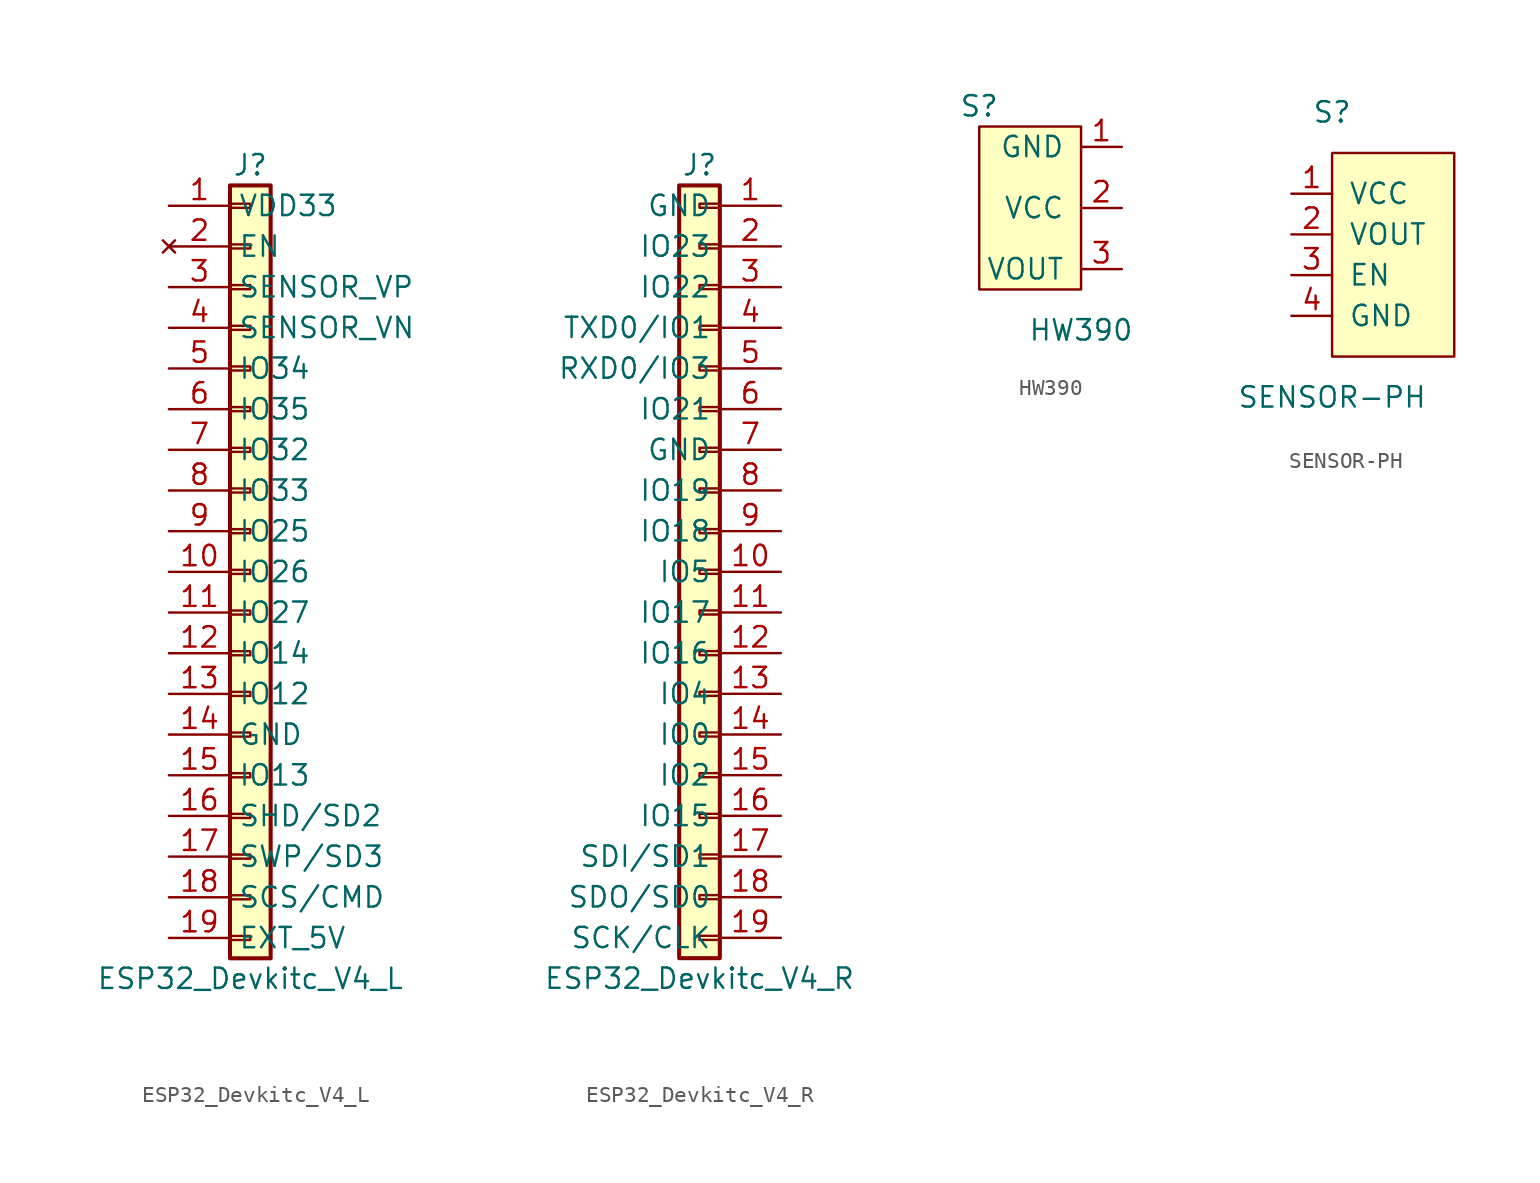
<source format=kicad_sym>
(kicad_symbol_lib
  (version 20211014)
  (generator kicad_symbol_editor)
  (symbol "ESP32_Devkitc_V4_L"
    (property "Reference" "J"
      (at 0 25.4 0)
      (effects (font (size 1.27 1.27))))
    (property "Value" "ESP32_Devkitc_V4_L"
      (at 0 -25.4 0)
      (effects (font (size 1.27 1.27))))
    (symbol "ESP32_Devkitc_V4_L_1_1"
      (rectangle (start -1.27 -22.733) (end 0 -22.987) (stroke (width 0.152) (type default) (color 0 0 0 0)) (fill (type none)))
      (rectangle (start -1.27 -20.193) (end 0 -20.447) (stroke (width 0.152) (type default) (color 0 0 0 0)) (fill (type none)))
      (rectangle (start -1.27 -17.653) (end 0 -17.907) (stroke (width 0.152) (type default) (color 0 0 0 0)) (fill (type none)))
      (rectangle (start -1.27 -15.113) (end 0 -15.367) (stroke (width 0.152) (type default) (color 0 0 0 0)) (fill (type none)))
      (rectangle (start -1.27 -12.573) (end 0 -12.827) (stroke (width 0.152) (type default) (color 0 0 0 0)) (fill (type none)))
      (rectangle (start -1.27 -10.033) (end 0 -10.287) (stroke (width 0.152) (type default) (color 0 0 0 0)) (fill (type none)))
      (rectangle (start -1.27 -7.493) (end 0 -7.747) (stroke (width 0.152) (type default) (color 0 0 0 0)) (fill (type none)))
      (rectangle (start -1.27 -4.953) (end 0 -5.207) (stroke (width 0.152) (type default) (color 0 0 0 0)) (fill (type none)))
      (rectangle (start -1.27 -2.413) (end 0 -2.667) (stroke (width 0.152) (type default) (color 0 0 0 0)) (fill (type none)))
      (rectangle (start -1.27 0.127) (end 0 -0.127) (stroke (width 0.152) (type default) (color 0 0 0 0)) (fill (type none)))
      (rectangle (start -1.27 2.667) (end 0 2.413) (stroke (width 0.152) (type default) (color 0 0 0 0)) (fill (type none)))
      (rectangle (start -1.27 5.207) (end 0 4.953) (stroke (width 0.152) (type default) (color 0 0 0 0)) (fill (type none)))
      (rectangle (start -1.27 7.747) (end 0 7.493) (stroke (width 0.152) (type default) (color 0 0 0 0)) (fill (type none)))
      (rectangle (start -1.27 10.287) (end 0 10.033) (stroke (width 0.152) (type default) (color 0 0 0 0)) (fill (type none)))
      (rectangle (start -1.27 12.827) (end 0 12.573) (stroke (width 0.152) (type default) (color 0 0 0 0)) (fill (type none)))
      (rectangle (start -1.27 15.367) (end 0 15.113) (stroke (width 0.152) (type default) (color 0 0 0 0)) (fill (type none)))
      (rectangle (start -1.27 17.907) (end 0 17.653) (stroke (width 0.152) (type default) (color 0 0 0 0)) (fill (type none)))
      (rectangle (start -1.27 20.447) (end 0 20.193) (stroke (width 0.152) (type default) (color 0 0 0 0)) (fill (type none)))
      (rectangle (start -1.27 22.987) (end 0 22.733) (stroke (width 0.152) (type default) (color 0 0 0 0)) (fill (type none)))
      (rectangle (start -1.27 24.13) (end 1.27 -24.13) (stroke (width 0.254) (type default) (color 0 0 0 0)) (fill (type background)))
      (pin power_in line (at -5.08 22.86 0) (length 3.81) (name "VDD33" (effects (font (size 1.27 1.27)))) (number "1" (effects (font (size 1.27 1.27)))))
      (pin bidirectional line (at -5.08 0 0) (length 3.81) (name "IO26" (effects (font (size 1.27 1.27)))) (number "10" (effects (font (size 1.27 1.27)))))
      (pin bidirectional line (at -5.08 -2.54 0) (length 3.81) (name "IO27" (effects (font (size 1.27 1.27)))) (number "11" (effects (font (size 1.27 1.27)))))
      (pin bidirectional line (at -5.08 -5.08 0) (length 3.81) (name "IO14" (effects (font (size 1.27 1.27)))) (number "12" (effects (font (size 1.27 1.27)))))
      (pin bidirectional line (at -5.08 -7.62 0) (length 3.81) (name "IO12" (effects (font (size 1.27 1.27)))) (number "13" (effects (font (size 1.27 1.27)))))
      (pin power_in line (at -5.08 -10.16 0) (length 3.81) (name "GND" (effects (font (size 1.27 1.27)))) (number "14" (effects (font (size 1.27 1.27)))))
      (pin bidirectional line (at -5.08 -12.7 0) (length 3.81) (name "IO13" (effects (font (size 1.27 1.27)))) (number "15" (effects (font (size 1.27 1.27)))))
      (pin bidirectional line (at -5.08 -15.24 0) (length 3.81) (name "SHD/SD2" (effects (font (size 1.27 1.27)))) (number "16" (effects (font (size 1.27 1.27)))))
      (pin bidirectional line (at -5.08 -17.78 0) (length 3.81) (name "SWP/SD3" (effects (font (size 1.27 1.27)))) (number "17" (effects (font (size 1.27 1.27)))))
      (pin bidirectional line (at -5.08 -20.32 0) (length 3.81) (name "SCS/CMD" (effects (font (size 1.27 1.27)))) (number "18" (effects (font (size 1.27 1.27)))))
      (pin power_in line (at -5.08 -22.86 0) (length 3.81) (name "EXT_5V" (effects (font (size 1.27 1.27)))) (number "19" (effects (font (size 1.27 1.27)))))
      (pin no_connect line (at -5.08 20.32 0) (length 3.81) (name "EN" (effects (font (size 1.27 1.27)))) (number "2" (effects (font (size 1.27 1.27)))))
      (pin input line (at -5.08 17.78 0) (length 3.81) (name "SENSOR_VP" (effects (font (size 1.27 1.27)))) (number "3" (effects (font (size 1.27 1.27)))))
      (pin input line (at -5.08 15.24 0) (length 3.81) (name "SENSOR_VN" (effects (font (size 1.27 1.27)))) (number "4" (effects (font (size 1.27 1.27)))))
      (pin input line (at -5.08 12.7 0) (length 3.81) (name "IO34" (effects (font (size 1.27 1.27)))) (number "5" (effects (font (size 1.27 1.27)))))
      (pin input line (at -5.08 10.16 0) (length 3.81) (name "IO35" (effects (font (size 1.27 1.27)))) (number "6" (effects (font (size 1.27 1.27)))))
      (pin bidirectional line (at -5.08 7.62 0) (length 3.81) (name "IO32" (effects (font (size 1.27 1.27)))) (number "7" (effects (font (size 1.27 1.27)))))
      (pin bidirectional line (at -5.08 5.08 0) (length 3.81) (name "IO33" (effects (font (size 1.27 1.27)))) (number "8" (effects (font (size 1.27 1.27)))))
      (pin bidirectional line (at -5.08 2.54 0) (length 3.81) (name "IO25" (effects (font (size 1.27 1.27)))) (number "9" (effects (font (size 1.27 1.27)))))))
  (symbol "ESP32_Devkitc_V4_R"
    (property "Reference" "J"
      (at 0 25.4 0)
      (effects (font (size 1.27 1.27))))
    (property "Value" "ESP32_Devkitc_V4_R"
      (at 0 -25.4 0)
      (effects (font (size 1.27 1.27))))
    (symbol "ESP32_Devkitc_V4_R_1_1"
      (rectangle (start 1.27 -22.733) (end 0 -22.987) (stroke (width 0.152) (type default) (color 0 0 0 0)) (fill (type none)))
      (rectangle (start 1.27 -20.193) (end 0 -20.447) (stroke (width 0.152) (type default) (color 0 0 0 0)) (fill (type none)))
      (rectangle (start 1.27 -17.653) (end 0 -17.907) (stroke (width 0.152) (type default) (color 0 0 0 0)) (fill (type none)))
      (rectangle (start 1.27 -15.113) (end 0 -15.367) (stroke (width 0.152) (type default) (color 0 0 0 0)) (fill (type none)))
      (rectangle (start 1.27 -12.573) (end 0 -12.827) (stroke (width 0.152) (type default) (color 0 0 0 0)) (fill (type none)))
      (rectangle (start 1.27 -10.033) (end 0 -10.287) (stroke (width 0.152) (type default) (color 0 0 0 0)) (fill (type none)))
      (rectangle (start 1.27 -7.493) (end 0 -7.747) (stroke (width 0.152) (type default) (color 0 0 0 0)) (fill (type none)))
      (rectangle (start 1.27 -4.953) (end 0 -5.207) (stroke (width 0.152) (type default) (color 0 0 0 0)) (fill (type none)))
      (rectangle (start 1.27 -2.413) (end 0 -2.667) (stroke (width 0.152) (type default) (color 0 0 0 0)) (fill (type none)))
      (rectangle (start 1.27 0.127) (end 0 -0.127) (stroke (width 0.152) (type default) (color 0 0 0 0)) (fill (type none)))
      (rectangle (start 1.27 2.667) (end 0 2.413) (stroke (width 0.152) (type default) (color 0 0 0 0)) (fill (type none)))
      (rectangle (start 1.27 5.207) (end 0 4.953) (stroke (width 0.152) (type default) (color 0 0 0 0)) (fill (type none)))
      (rectangle (start 1.27 7.747) (end 0 7.493) (stroke (width 0.152) (type default) (color 0 0 0 0)) (fill (type none)))
      (rectangle (start 1.27 10.287) (end 0 10.033) (stroke (width 0.152) (type default) (color 0 0 0 0)) (fill (type none)))
      (rectangle (start 1.27 12.827) (end 0 12.573) (stroke (width 0.152) (type default) (color 0 0 0 0)) (fill (type none)))
      (rectangle (start 1.27 15.367) (end 0 15.113) (stroke (width 0.152) (type default) (color 0 0 0 0)) (fill (type none)))
      (rectangle (start 1.27 17.907) (end 0 17.653) (stroke (width 0.152) (type default) (color 0 0 0 0)) (fill (type none)))
      (rectangle (start 1.27 20.447) (end 0 20.193) (stroke (width 0.152) (type default) (color 0 0 0 0)) (fill (type none)))
      (rectangle (start 1.27 22.987) (end 0 22.733) (stroke (width 0.152) (type default) (color 0 0 0 0)) (fill (type none)))
      (rectangle (start 1.27 24.13) (end -1.27 -24.13) (stroke (width 0.254) (type default) (color 0 0 0 0)) (fill (type background)))
      (pin power_in line (at 5.08 22.86 180) (length 3.81) (name "GND" (effects (font (size 1.27 1.27)))) (number "1" (effects (font (size 1.27 1.27)))))
      (pin bidirectional line (at 5.08 0 180) (length 3.81) (name "IO5" (effects (font (size 1.27 1.27)))) (number "10" (effects (font (size 1.27 1.27)))))
      (pin bidirectional line (at 5.08 -2.54 180) (length 3.81) (name "IO17" (effects (font (size 1.27 1.27)))) (number "11" (effects (font (size 1.27 1.27)))))
      (pin bidirectional line (at 5.08 -5.08 180) (length 3.81) (name "IO16" (effects (font (size 1.27 1.27)))) (number "12" (effects (font (size 1.27 1.27)))))
      (pin bidirectional line (at 5.08 -7.62 180) (length 3.81) (name "IO4" (effects (font (size 1.27 1.27)))) (number "13" (effects (font (size 1.27 1.27)))))
      (pin bidirectional line (at 5.08 -10.16 180) (length 3.81) (name "IO0" (effects (font (size 1.27 1.27)))) (number "14" (effects (font (size 1.27 1.27)))))
      (pin bidirectional line (at 5.08 -12.7 180) (length 3.81) (name "IO2" (effects (font (size 1.27 1.27)))) (number "15" (effects (font (size 1.27 1.27)))))
      (pin bidirectional line (at 5.08 -15.24 180) (length 3.81) (name "IO15" (effects (font (size 1.27 1.27)))) (number "16" (effects (font (size 1.27 1.27)))))
      (pin bidirectional line (at 5.08 -17.78 180) (length 3.81) (name "SDI/SD1" (effects (font (size 1.27 1.27)))) (number "17" (effects (font (size 1.27 1.27)))))
      (pin bidirectional line (at 5.08 -20.32 180) (length 3.81) (name "SDO/SD0" (effects (font (size 1.27 1.27)))) (number "18" (effects (font (size 1.27 1.27)))))
      (pin bidirectional line (at 5.08 -22.86 180) (length 3.81) (name "SCK/CLK" (effects (font (size 1.27 1.27)))) (number "19" (effects (font (size 1.27 1.27)))))
      (pin bidirectional line (at 5.08 20.32 180) (length 3.81) (name "IO23" (effects (font (size 1.27 1.27)))) (number "2" (effects (font (size 1.27 1.27)))))
      (pin bidirectional line (at 5.08 17.78 180) (length 3.81) (name "IO22" (effects (font (size 1.27 1.27)))) (number "3" (effects (font (size 1.27 1.27)))))
      (pin bidirectional line (at 5.08 15.24 180) (length 3.81) (name "TXD0/IO1" (effects (font (size 1.27 1.27)))) (number "4" (effects (font (size 1.27 1.27)))))
      (pin bidirectional line (at 5.08 12.7 180) (length 3.81) (name "RXD0/IO3" (effects (font (size 1.27 1.27)))) (number "5" (effects (font (size 1.27 1.27)))))
      (pin bidirectional line (at 5.08 10.16 180) (length 3.81) (name "IO21" (effects (font (size 1.27 1.27)))) (number "6" (effects (font (size 1.27 1.27)))))
      (pin power_in line (at 5.08 7.62 180) (length 3.81) (name "GND" (effects (font (size 1.27 1.27)))) (number "7" (effects (font (size 1.27 1.27)))))
      (pin bidirectional line (at 5.08 5.08 180) (length 3.81) (name "IO19" (effects (font (size 1.27 1.27)))) (number "8" (effects (font (size 1.27 1.27)))))
      (pin bidirectional line (at 5.08 2.54 180) (length 3.81) (name "IO18" (effects (font (size 1.27 1.27)))) (number "9" (effects (font (size 1.27 1.27)))))))
  (symbol "HW390"
    (pin_names
      (offset 1.016))
    (property "Reference" "S"
      (at -6.35 6.35 0)
      (effects (font (size 1.27 1.27))))
    (property "Value" "HW390"
      (at 0 -7.62 0)
      (effects (font (size 1.27 1.27))))
    (symbol "HW390_0_1"
      (rectangle (start -6.35 5.08) (end 0 -5.08) (stroke (width 0) (type default) (color 0 0 0 0)) (fill (type background))))
    (symbol "HW390_1_1"
      (pin power_in line (at 2.54 3.81 180) (length 2.54) (name "GND" (effects (font (size 1.27 1.27)))) (number "1" (effects (font (size 1.27 1.27)))))
      (pin power_in line (at 2.54 0 180) (length 2.54) (name "VCC" (effects (font (size 1.27 1.27)))) (number "2" (effects (font (size 1.27 1.27)))))
      (pin output line (at 2.54 -3.81 180) (length 2.54) (name "VOUT" (effects (font (size 1.27 1.27)))) (number "3" (effects (font (size 1.27 1.27)))))))
  (symbol "SENSOR-PH"
    (pin_names
      (offset 1.016))
    (property "Reference" "S"
      (at 0 8.89 0)
      (effects (font (size 1.27 1.27))))
    (property "Value" "SENSOR-PH"
      (at 0 -8.89 0)
      (effects (font (size 1.27 1.27))))
    (symbol "SENSOR-PH_0_1"
      (rectangle (start 0 6.35) (end 7.62 -6.35) (stroke (width 0) (type default) (color 0 0 0 0)) (fill (type background))))
    (symbol "SENSOR-PH_1_1"
      (pin power_in line (at -2.54 3.81 0) (length 2.54) (name "VCC" (effects (font (size 1.27 1.27)))) (number "1" (effects (font (size 1.27 1.27)))))
      (pin output line (at -2.54 1.27 0) (length 2.54) (name "VOUT" (effects (font (size 1.27 1.27)))) (number "2" (effects (font (size 1.27 1.27)))))
      (pin output line (at -2.54 -1.27 0) (length 2.54) (name "EN" (effects (font (size 1.27 1.27)))) (number "3" (effects (font (size 1.27 1.27)))))
      (pin power_in line (at -2.54 -3.81 0) (length 2.54) (name "GND" (effects (font (size 1.27 1.27)))) (number "4" (effects (font (size 1.27 1.27))))))))
</source>
